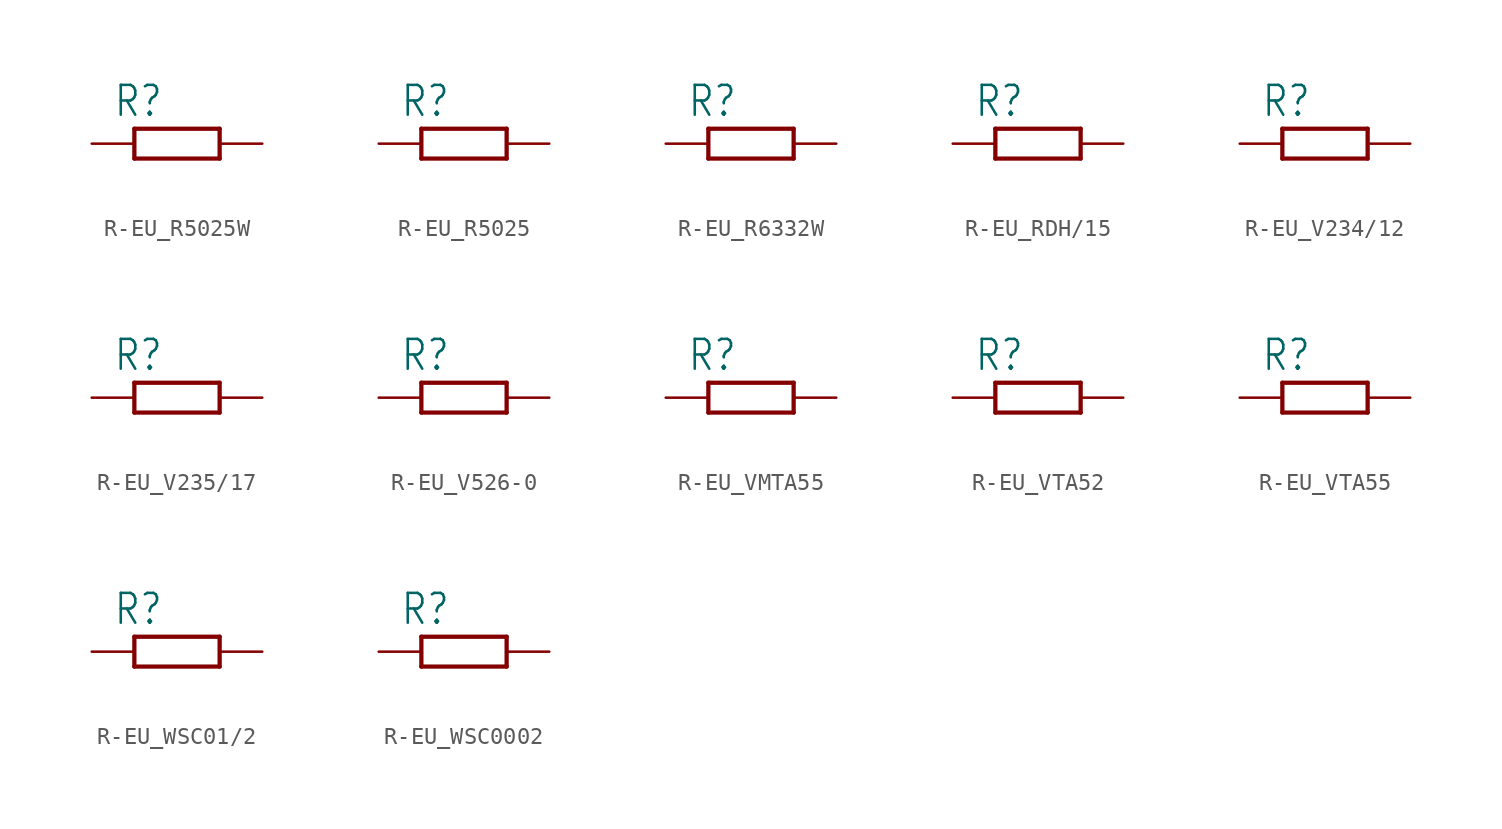
<source format=kicad_sym>
(kicad_symbol_lib
  (version 20231120)
  (generator "kicad_symbol_editor")
  (generator_version "8.99")
  (symbol "R-EU_R5025W"
    (property "Reference" "R"
      (at -3.81 1.499 0)
      (effects (font (size 1.778 1.511)) (justify left bottom)))
    (property "Value" ""
      (at -3.81 -3.302 0)
      (effects (font (size 1.778 1.511)) (justify left bottom)))
    (property "ki_locked" ""
      (at 0 0 0)
      (effects (font (size 1.27 1.27))))
    (symbol "R-EU_R5025W_1_0"
      (polyline (pts (xy -2.54 -0.889) (xy 2.54 -0.889)) (stroke (width 0.254) (type solid)) (fill (type none)))
      (polyline (pts (xy -2.54 -0.889) (xy -2.54 0.889)) (stroke (width 0.254) (type solid)) (fill (type none)))
      (polyline (pts (xy 2.54 0.889) (xy -2.54 0.889)) (stroke (width 0.254) (type solid)) (fill (type none)))
      (polyline (pts (xy 2.54 -0.889) (xy 2.54 0.889)) (stroke (width 0.254) (type solid)) (fill (type none)))
      (pin passive line (at -5.08 0 0) (length 2.54) (name "1" (effects (font (size 0 0)))) (number "1" (effects (font (size 0 0)))))
      (pin passive line (at 5.08 0 180) (length 2.54) (name "2" (effects (font (size 0 0)))) (number "2" (effects (font (size 0 0)))))))
  (symbol "R-EU_R5025"
    (property "Reference" "R"
      (at -3.81 1.499 0)
      (effects (font (size 1.778 1.511)) (justify left bottom)))
    (property "Value" ""
      (at -3.81 -3.302 0)
      (effects (font (size 1.778 1.511)) (justify left bottom)))
    (property "ki_locked" ""
      (at 0 0 0)
      (effects (font (size 1.27 1.27))))
    (symbol "R-EU_R5025_1_0"
      (polyline (pts (xy -2.54 -0.889) (xy 2.54 -0.889)) (stroke (width 0.254) (type solid)) (fill (type none)))
      (polyline (pts (xy -2.54 -0.889) (xy -2.54 0.889)) (stroke (width 0.254) (type solid)) (fill (type none)))
      (polyline (pts (xy 2.54 0.889) (xy -2.54 0.889)) (stroke (width 0.254) (type solid)) (fill (type none)))
      (polyline (pts (xy 2.54 -0.889) (xy 2.54 0.889)) (stroke (width 0.254) (type solid)) (fill (type none)))
      (pin passive line (at -5.08 0 0) (length 2.54) (name "1" (effects (font (size 0 0)))) (number "1" (effects (font (size 0 0)))))
      (pin passive line (at 5.08 0 180) (length 2.54) (name "2" (effects (font (size 0 0)))) (number "2" (effects (font (size 0 0)))))))
  (symbol "R-EU_R6332W"
    (property "Reference" "R"
      (at -3.81 1.499 0)
      (effects (font (size 1.778 1.511)) (justify left bottom)))
    (property "Value" ""
      (at -3.81 -3.302 0)
      (effects (font (size 1.778 1.511)) (justify left bottom)))
    (property "ki_locked" ""
      (at 0 0 0)
      (effects (font (size 1.27 1.27))))
    (symbol "R-EU_R6332W_1_0"
      (polyline (pts (xy -2.54 -0.889) (xy 2.54 -0.889)) (stroke (width 0.254) (type solid)) (fill (type none)))
      (polyline (pts (xy -2.54 -0.889) (xy -2.54 0.889)) (stroke (width 0.254) (type solid)) (fill (type none)))
      (polyline (pts (xy 2.54 0.889) (xy -2.54 0.889)) (stroke (width 0.254) (type solid)) (fill (type none)))
      (polyline (pts (xy 2.54 -0.889) (xy 2.54 0.889)) (stroke (width 0.254) (type solid)) (fill (type none)))
      (pin passive line (at -5.08 0 0) (length 2.54) (name "1" (effects (font (size 0 0)))) (number "1" (effects (font (size 0 0)))))
      (pin passive line (at 5.08 0 180) (length 2.54) (name "2" (effects (font (size 0 0)))) (number "2" (effects (font (size 0 0)))))))
  (symbol "R-EU_RDH/15"
    (property "Reference" "R"
      (at -3.81 1.499 0)
      (effects (font (size 1.778 1.511)) (justify left bottom)))
    (property "Value" ""
      (at -3.81 -3.302 0)
      (effects (font (size 1.778 1.511)) (justify left bottom)))
    (property "ki_locked" ""
      (at 0 0 0)
      (effects (font (size 1.27 1.27))))
    (symbol "R-EU_RDH/15_1_0"
      (polyline (pts (xy -2.54 -0.889) (xy 2.54 -0.889)) (stroke (width 0.254) (type solid)) (fill (type none)))
      (polyline (pts (xy -2.54 -0.889) (xy -2.54 0.889)) (stroke (width 0.254) (type solid)) (fill (type none)))
      (polyline (pts (xy 2.54 0.889) (xy -2.54 0.889)) (stroke (width 0.254) (type solid)) (fill (type none)))
      (polyline (pts (xy 2.54 -0.889) (xy 2.54 0.889)) (stroke (width 0.254) (type solid)) (fill (type none)))
      (pin passive line (at -5.08 0 0) (length 2.54) (name "1" (effects (font (size 0 0)))) (number "1" (effects (font (size 0 0)))))
      (pin passive line (at 5.08 0 180) (length 2.54) (name "2" (effects (font (size 0 0)))) (number "2" (effects (font (size 0 0)))))))
  (symbol "R-EU_V234/12"
    (property "Reference" "R"
      (at -3.81 1.499 0)
      (effects (font (size 1.778 1.511)) (justify left bottom)))
    (property "Value" ""
      (at -3.81 -3.302 0)
      (effects (font (size 1.778 1.511)) (justify left bottom)))
    (property "ki_locked" ""
      (at 0 0 0)
      (effects (font (size 1.27 1.27))))
    (symbol "R-EU_V234/12_1_0"
      (polyline (pts (xy -2.54 -0.889) (xy 2.54 -0.889)) (stroke (width 0.254) (type solid)) (fill (type none)))
      (polyline (pts (xy -2.54 -0.889) (xy -2.54 0.889)) (stroke (width 0.254) (type solid)) (fill (type none)))
      (polyline (pts (xy 2.54 0.889) (xy -2.54 0.889)) (stroke (width 0.254) (type solid)) (fill (type none)))
      (polyline (pts (xy 2.54 -0.889) (xy 2.54 0.889)) (stroke (width 0.254) (type solid)) (fill (type none)))
      (pin passive line (at -5.08 0 0) (length 2.54) (name "1" (effects (font (size 0 0)))) (number "1" (effects (font (size 0 0)))))
      (pin passive line (at 5.08 0 180) (length 2.54) (name "2" (effects (font (size 0 0)))) (number "2" (effects (font (size 0 0)))))))
  (symbol "R-EU_V235/17"
    (property "Reference" "R"
      (at -3.81 1.499 0)
      (effects (font (size 1.778 1.511)) (justify left bottom)))
    (property "Value" ""
      (at -3.81 -3.302 0)
      (effects (font (size 1.778 1.511)) (justify left bottom)))
    (property "ki_locked" ""
      (at 0 0 0)
      (effects (font (size 1.27 1.27))))
    (symbol "R-EU_V235/17_1_0"
      (polyline (pts (xy -2.54 -0.889) (xy 2.54 -0.889)) (stroke (width 0.254) (type solid)) (fill (type none)))
      (polyline (pts (xy -2.54 -0.889) (xy -2.54 0.889)) (stroke (width 0.254) (type solid)) (fill (type none)))
      (polyline (pts (xy 2.54 0.889) (xy -2.54 0.889)) (stroke (width 0.254) (type solid)) (fill (type none)))
      (polyline (pts (xy 2.54 -0.889) (xy 2.54 0.889)) (stroke (width 0.254) (type solid)) (fill (type none)))
      (pin passive line (at -5.08 0 0) (length 2.54) (name "1" (effects (font (size 0 0)))) (number "1" (effects (font (size 0 0)))))
      (pin passive line (at 5.08 0 180) (length 2.54) (name "2" (effects (font (size 0 0)))) (number "2" (effects (font (size 0 0)))))))
  (symbol "R-EU_V526-0"
    (property "Reference" "R"
      (at -3.81 1.499 0)
      (effects (font (size 1.778 1.511)) (justify left bottom)))
    (property "Value" ""
      (at -3.81 -3.302 0)
      (effects (font (size 1.778 1.511)) (justify left bottom)))
    (property "ki_locked" ""
      (at 0 0 0)
      (effects (font (size 1.27 1.27))))
    (symbol "R-EU_V526-0_1_0"
      (polyline (pts (xy -2.54 -0.889) (xy 2.54 -0.889)) (stroke (width 0.254) (type solid)) (fill (type none)))
      (polyline (pts (xy -2.54 -0.889) (xy -2.54 0.889)) (stroke (width 0.254) (type solid)) (fill (type none)))
      (polyline (pts (xy 2.54 0.889) (xy -2.54 0.889)) (stroke (width 0.254) (type solid)) (fill (type none)))
      (polyline (pts (xy 2.54 -0.889) (xy 2.54 0.889)) (stroke (width 0.254) (type solid)) (fill (type none)))
      (pin passive line (at -5.08 0 0) (length 2.54) (name "1" (effects (font (size 0 0)))) (number "1" (effects (font (size 0 0)))))
      (pin passive line (at 5.08 0 180) (length 2.54) (name "2" (effects (font (size 0 0)))) (number "2" (effects (font (size 0 0)))))))
  (symbol "R-EU_VMTA55"
    (property "Reference" "R"
      (at -3.81 1.499 0)
      (effects (font (size 1.778 1.511)) (justify left bottom)))
    (property "Value" ""
      (at -3.81 -3.302 0)
      (effects (font (size 1.778 1.511)) (justify left bottom)))
    (property "ki_locked" ""
      (at 0 0 0)
      (effects (font (size 1.27 1.27))))
    (symbol "R-EU_VMTA55_1_0"
      (polyline (pts (xy -2.54 -0.889) (xy 2.54 -0.889)) (stroke (width 0.254) (type solid)) (fill (type none)))
      (polyline (pts (xy -2.54 -0.889) (xy -2.54 0.889)) (stroke (width 0.254) (type solid)) (fill (type none)))
      (polyline (pts (xy 2.54 0.889) (xy -2.54 0.889)) (stroke (width 0.254) (type solid)) (fill (type none)))
      (polyline (pts (xy 2.54 -0.889) (xy 2.54 0.889)) (stroke (width 0.254) (type solid)) (fill (type none)))
      (pin passive line (at -5.08 0 0) (length 2.54) (name "1" (effects (font (size 0 0)))) (number "1" (effects (font (size 0 0)))))
      (pin passive line (at 5.08 0 180) (length 2.54) (name "2" (effects (font (size 0 0)))) (number "2" (effects (font (size 0 0)))))))
  (symbol "R-EU_VTA52"
    (property "Reference" "R"
      (at -3.81 1.499 0)
      (effects (font (size 1.778 1.511)) (justify left bottom)))
    (property "Value" ""
      (at -3.81 -3.302 0)
      (effects (font (size 1.778 1.511)) (justify left bottom)))
    (property "ki_locked" ""
      (at 0 0 0)
      (effects (font (size 1.27 1.27))))
    (symbol "R-EU_VTA52_1_0"
      (polyline (pts (xy -2.54 -0.889) (xy 2.54 -0.889)) (stroke (width 0.254) (type solid)) (fill (type none)))
      (polyline (pts (xy -2.54 -0.889) (xy -2.54 0.889)) (stroke (width 0.254) (type solid)) (fill (type none)))
      (polyline (pts (xy 2.54 0.889) (xy -2.54 0.889)) (stroke (width 0.254) (type solid)) (fill (type none)))
      (polyline (pts (xy 2.54 -0.889) (xy 2.54 0.889)) (stroke (width 0.254) (type solid)) (fill (type none)))
      (pin passive line (at -5.08 0 0) (length 2.54) (name "1" (effects (font (size 0 0)))) (number "1" (effects (font (size 0 0)))))
      (pin passive line (at 5.08 0 180) (length 2.54) (name "2" (effects (font (size 0 0)))) (number "2" (effects (font (size 0 0)))))))
  (symbol "R-EU_VTA55"
    (property "Reference" "R"
      (at -3.81 1.499 0)
      (effects (font (size 1.778 1.511)) (justify left bottom)))
    (property "Value" ""
      (at -3.81 -3.302 0)
      (effects (font (size 1.778 1.511)) (justify left bottom)))
    (property "ki_locked" ""
      (at 0 0 0)
      (effects (font (size 1.27 1.27))))
    (symbol "R-EU_VTA55_1_0"
      (polyline (pts (xy -2.54 -0.889) (xy 2.54 -0.889)) (stroke (width 0.254) (type solid)) (fill (type none)))
      (polyline (pts (xy -2.54 -0.889) (xy -2.54 0.889)) (stroke (width 0.254) (type solid)) (fill (type none)))
      (polyline (pts (xy 2.54 0.889) (xy -2.54 0.889)) (stroke (width 0.254) (type solid)) (fill (type none)))
      (polyline (pts (xy 2.54 -0.889) (xy 2.54 0.889)) (stroke (width 0.254) (type solid)) (fill (type none)))
      (pin passive line (at -5.08 0 0) (length 2.54) (name "1" (effects (font (size 0 0)))) (number "1" (effects (font (size 0 0)))))
      (pin passive line (at 5.08 0 180) (length 2.54) (name "2" (effects (font (size 0 0)))) (number "2" (effects (font (size 0 0)))))))
  (symbol "R-EU_WSC01/2"
    (property "Reference" "R"
      (at -3.81 1.499 0)
      (effects (font (size 1.778 1.511)) (justify left bottom)))
    (property "Value" ""
      (at -3.81 -3.302 0)
      (effects (font (size 1.778 1.511)) (justify left bottom)))
    (property "ki_locked" ""
      (at 0 0 0)
      (effects (font (size 1.27 1.27))))
    (symbol "R-EU_WSC01/2_1_0"
      (polyline (pts (xy -2.54 -0.889) (xy 2.54 -0.889)) (stroke (width 0.254) (type solid)) (fill (type none)))
      (polyline (pts (xy -2.54 -0.889) (xy -2.54 0.889)) (stroke (width 0.254) (type solid)) (fill (type none)))
      (polyline (pts (xy 2.54 0.889) (xy -2.54 0.889)) (stroke (width 0.254) (type solid)) (fill (type none)))
      (polyline (pts (xy 2.54 -0.889) (xy 2.54 0.889)) (stroke (width 0.254) (type solid)) (fill (type none)))
      (pin passive line (at -5.08 0 0) (length 2.54) (name "1" (effects (font (size 0 0)))) (number "1" (effects (font (size 0 0)))))
      (pin passive line (at 5.08 0 180) (length 2.54) (name "2" (effects (font (size 0 0)))) (number "2" (effects (font (size 0 0)))))))
  (symbol "R-EU_WSC0002"
    (property "Reference" "R"
      (at -3.81 1.499 0)
      (effects (font (size 1.778 1.511)) (justify left bottom)))
    (property "Value" ""
      (at -3.81 -3.302 0)
      (effects (font (size 1.778 1.511)) (justify left bottom)))
    (property "ki_locked" ""
      (at 0 0 0)
      (effects (font (size 1.27 1.27))))
    (symbol "R-EU_WSC0002_1_0"
      (polyline (pts (xy -2.54 -0.889) (xy 2.54 -0.889)) (stroke (width 0.254) (type solid)) (fill (type none)))
      (polyline (pts (xy -2.54 -0.889) (xy -2.54 0.889)) (stroke (width 0.254) (type solid)) (fill (type none)))
      (polyline (pts (xy 2.54 0.889) (xy -2.54 0.889)) (stroke (width 0.254) (type solid)) (fill (type none)))
      (polyline (pts (xy 2.54 -0.889) (xy 2.54 0.889)) (stroke (width 0.254) (type solid)) (fill (type none)))
      (pin passive line (at -5.08 0 0) (length 2.54) (name "1" (effects (font (size 0 0)))) (number "1" (effects (font (size 0 0)))))
      (pin passive line (at 5.08 0 180) (length 2.54) (name "2" (effects (font (size 0 0)))) (number "2" (effects (font (size 0 0))))))))
</source>
